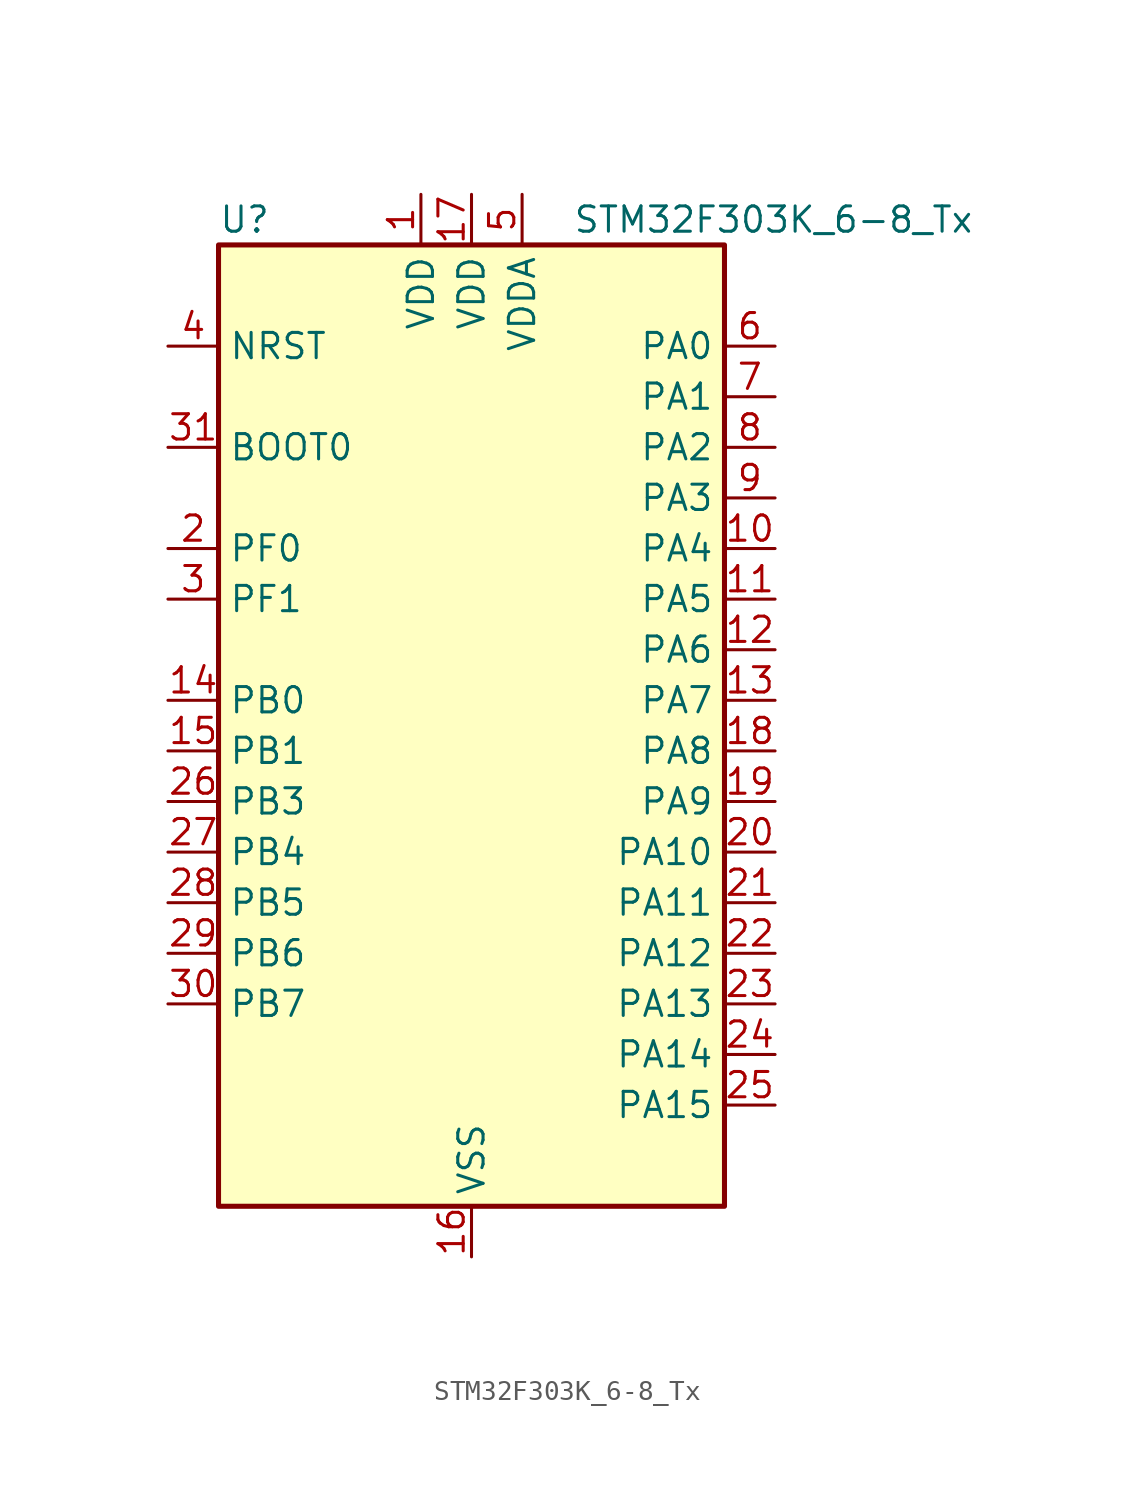
<source format=kicad_sym>
(kicad_symbol_lib
  (version 20241209)
  (generator "kicad_symbol_editor")
  (generator_version "9.0")
  (symbol "STM32F303K_6-8_Tx"
    (property "Reference" "U"
      (at -12.7 26.67 0)
      (effects (font (size 1.27 1.27)) (justify left)))
    (property "Value" "STM32F303K_6-8_Tx"
      (at 5.08 26.67 0)
      (effects (font (size 1.27 1.27)) (justify left)))
    (symbol "STM32F303K_6-8_Tx_0_1"
      (rectangle (start -12.7 -22.86) (end 12.7 25.4) (stroke (width 0.254) (type default)) (fill (type background))))
    (symbol "STM32F303K_6-8_Tx_1_1"
      (pin input line (at -15.24 20.32 0) (length 2.54) (name "NRST" (effects (font (size 1.27 1.27)))) (number "4" (effects (font (size 1.27 1.27)))))
      (pin input line (at -15.24 15.24 0) (length 2.54) (name "BOOT0" (effects (font (size 1.27 1.27)))) (number "31" (effects (font (size 1.27 1.27)))))
      (pin bidirectional line (at -15.24 10.16 0) (length 2.54) (name "PF0" (effects (font (size 1.27 1.27)))) (number "2" (effects (font (size 1.27 1.27)))) (alternate "RCC_OSC_IN" bidirectional line) (alternate "TIM1_CH3N" bidirectional line))
      (pin bidirectional line (at -15.24 7.62 0) (length 2.54) (name "PF1" (effects (font (size 1.27 1.27)))) (number "3" (effects (font (size 1.27 1.27)))) (alternate "RCC_OSC_OUT" bidirectional line))
      (pin bidirectional line (at -15.24 2.54 0) (length 2.54) (name "PB0" (effects (font (size 1.27 1.27)))) (number "14" (effects (font (size 1.27 1.27)))) (alternate "ADC1_IN11" bidirectional line) (alternate "COMP4_INP" bidirectional line) (alternate "OPAMP2_VINP" bidirectional line) (alternate "OPAMP2_VINP_SEC" bidirectional line) (alternate "TIM1_CH2N" bidirectional line) (alternate "TIM3_CH3" bidirectional line) (alternate "TSC_G3_IO2" bidirectional line))
      (pin bidirectional line (at -15.24 0 0) (length 2.54) (name "PB1" (effects (font (size 1.27 1.27)))) (number "15" (effects (font (size 1.27 1.27)))) (alternate "ADC1_IN12" bidirectional line) (alternate "COMP4_OUT" bidirectional line) (alternate "TIM1_CH3N" bidirectional line) (alternate "TIM3_CH4" bidirectional line) (alternate "TSC_G3_IO3" bidirectional line))
      (pin bidirectional line (at -15.24 -2.54 0) (length 2.54) (name "PB3" (effects (font (size 1.27 1.27)))) (number "26" (effects (font (size 1.27 1.27)))) (alternate "SPI1_SCK" bidirectional line) (alternate "SYS_JTDO-TRACESWO" bidirectional line) (alternate "TIM2_CH2" bidirectional line) (alternate "TIM3_ETR" bidirectional line) (alternate "TSC_G5_IO1" bidirectional line) (alternate "USART2_TX" bidirectional line))
      (pin bidirectional line (at -15.24 -5.08 0) (length 2.54) (name "PB4" (effects (font (size 1.27 1.27)))) (number "27" (effects (font (size 1.27 1.27)))) (alternate "SPI1_MISO" bidirectional line) (alternate "SYS_NJTRST" bidirectional line) (alternate "TIM16_CH1" bidirectional line) (alternate "TIM17_BKIN" bidirectional line) (alternate "TIM3_CH1" bidirectional line) (alternate "TSC_G5_IO2" bidirectional line) (alternate "USART2_RX" bidirectional line))
      (pin bidirectional line (at -15.24 -7.62 0) (length 2.54) (name "PB5" (effects (font (size 1.27 1.27)))) (number "28" (effects (font (size 1.27 1.27)))) (alternate "I2C1_SMBA" bidirectional line) (alternate "SPI1_MOSI" bidirectional line) (alternate "TIM16_BKIN" bidirectional line) (alternate "TIM17_CH1" bidirectional line) (alternate "TIM3_CH2" bidirectional line) (alternate "USART2_CK" bidirectional line))
      (pin bidirectional line (at -15.24 -10.16 0) (length 2.54) (name "PB6" (effects (font (size 1.27 1.27)))) (number "29" (effects (font (size 1.27 1.27)))) (alternate "I2C1_SCL" bidirectional line) (alternate "TIM16_CH1N" bidirectional line) (alternate "TSC_G5_IO3" bidirectional line) (alternate "USART1_TX" bidirectional line))
      (pin bidirectional line (at -15.24 -12.7 0) (length 2.54) (name "PB7" (effects (font (size 1.27 1.27)))) (number "30" (effects (font (size 1.27 1.27)))) (alternate "I2C1_SDA" bidirectional line) (alternate "TIM17_CH1N" bidirectional line) (alternate "TIM3_CH4" bidirectional line) (alternate "TSC_G5_IO4" bidirectional line) (alternate "USART1_RX" bidirectional line))
      (pin power_in line (at -2.54 27.94 270) (length 2.54) (name "VDD" (effects (font (size 1.27 1.27)))) (number "1" (effects (font (size 1.27 1.27)))))
      (pin power_in line (at 0 27.94 270) (length 2.54) (name "VDD" (effects (font (size 1.27 1.27)))) (number "17" (effects (font (size 1.27 1.27)))))
      (pin power_in line (at 0 -25.4 90) (length 2.54) (name "VSS" (effects (font (size 1.27 1.27)))) (number "16" (effects (font (size 1.27 1.27)))))
      (pin passive line (at 0 -25.4 90) (length 2.54) (hide yes) (name "VSS" (effects (font (size 1.27 1.27)))) (number "32" (effects (font (size 1.27 1.27)))))
      (pin power_in line (at 2.54 27.94 270) (length 2.54) (name "VDDA" (effects (font (size 1.27 1.27)))) (number "5" (effects (font (size 1.27 1.27)))))
      (pin bidirectional line (at 15.24 20.32 180) (length 2.54) (name "PA0" (effects (font (size 1.27 1.27)))) (number "6" (effects (font (size 1.27 1.27)))) (alternate "ADC1_IN1" bidirectional line) (alternate "RTC_TAMP2" bidirectional line) (alternate "SYS_WKUP1" bidirectional line) (alternate "TIM2_CH1" bidirectional line) (alternate "TIM2_ETR" bidirectional line) (alternate "TSC_G1_IO1" bidirectional line) (alternate "USART2_CTS" bidirectional line))
      (pin bidirectional line (at 15.24 17.78 180) (length 2.54) (name "PA1" (effects (font (size 1.27 1.27)))) (number "7" (effects (font (size 1.27 1.27)))) (alternate "ADC1_IN2" bidirectional line) (alternate "RTC_REFIN" bidirectional line) (alternate "TIM15_CH1N" bidirectional line) (alternate "TIM2_CH2" bidirectional line) (alternate "TSC_G1_IO2" bidirectional line) (alternate "USART2_DE" bidirectional line) (alternate "USART2_RTS" bidirectional line))
      (pin bidirectional line (at 15.24 15.24 180) (length 2.54) (name "PA2" (effects (font (size 1.27 1.27)))) (number "8" (effects (font (size 1.27 1.27)))) (alternate "ADC1_IN3" bidirectional line) (alternate "COMP2_INM" bidirectional line) (alternate "COMP2_OUT" bidirectional line) (alternate "TIM15_CH1" bidirectional line) (alternate "TIM2_CH3" bidirectional line) (alternate "TSC_G1_IO3" bidirectional line) (alternate "USART2_TX" bidirectional line))
      (pin bidirectional line (at 15.24 12.7 180) (length 2.54) (name "PA3" (effects (font (size 1.27 1.27)))) (number "9" (effects (font (size 1.27 1.27)))) (alternate "ADC1_IN4" bidirectional line) (alternate "TIM15_CH2" bidirectional line) (alternate "TIM2_CH4" bidirectional line) (alternate "TSC_G1_IO4" bidirectional line) (alternate "USART2_RX" bidirectional line))
      (pin bidirectional line (at 15.24 10.16 180) (length 2.54) (name "PA4" (effects (font (size 1.27 1.27)))) (number "10" (effects (font (size 1.27 1.27)))) (alternate "ADC2_IN1" bidirectional line) (alternate "COMP2_INM" bidirectional line) (alternate "COMP4_INM" bidirectional line) (alternate "DAC1_OUT1" bidirectional line) (alternate "SPI1_NSS" bidirectional line) (alternate "TIM3_CH2" bidirectional line) (alternate "TSC_G2_IO1" bidirectional line) (alternate "USART2_CK" bidirectional line))
      (pin bidirectional line (at 15.24 7.62 180) (length 2.54) (name "PA5" (effects (font (size 1.27 1.27)))) (number "11" (effects (font (size 1.27 1.27)))) (alternate "ADC2_IN2" bidirectional line) (alternate "DAC1_OUT2" bidirectional line) (alternate "OPAMP2_VINM" bidirectional line) (alternate "OPAMP2_VINM_SEC" bidirectional line) (alternate "SPI1_SCK" bidirectional line) (alternate "TIM2_CH1" bidirectional line) (alternate "TIM2_ETR" bidirectional line) (alternate "TSC_G2_IO2" bidirectional line))
      (pin bidirectional line (at 15.24 5.08 180) (length 2.54) (name "PA6" (effects (font (size 1.27 1.27)))) (number "12" (effects (font (size 1.27 1.27)))) (alternate "ADC2_IN3" bidirectional line) (alternate "DAC2_OUT1" bidirectional line) (alternate "OPAMP2_VOUT" bidirectional line) (alternate "SPI1_MISO" bidirectional line) (alternate "TIM16_CH1" bidirectional line) (alternate "TIM1_BKIN" bidirectional line) (alternate "TIM3_CH1" bidirectional line) (alternate "TSC_G2_IO3" bidirectional line))
      (pin bidirectional line (at 15.24 2.54 180) (length 2.54) (name "PA7" (effects (font (size 1.27 1.27)))) (number "13" (effects (font (size 1.27 1.27)))) (alternate "ADC2_IN4" bidirectional line) (alternate "COMP2_INP" bidirectional line) (alternate "OPAMP2_VINP" bidirectional line) (alternate "OPAMP2_VINP_SEC" bidirectional line) (alternate "SPI1_MOSI" bidirectional line) (alternate "TIM17_CH1" bidirectional line) (alternate "TIM1_CH1N" bidirectional line) (alternate "TIM3_CH2" bidirectional line) (alternate "TSC_G2_IO4" bidirectional line))
      (pin bidirectional line (at 15.24 0 180) (length 2.54) (name "PA8" (effects (font (size 1.27 1.27)))) (number "18" (effects (font (size 1.27 1.27)))) (alternate "RCC_MCO" bidirectional line) (alternate "TIM1_CH1" bidirectional line) (alternate "USART1_CK" bidirectional line))
      (pin bidirectional line (at 15.24 -2.54 180) (length 2.54) (name "PA9" (effects (font (size 1.27 1.27)))) (number "19" (effects (font (size 1.27 1.27)))) (alternate "DAC1_EXTI9" bidirectional line) (alternate "DAC2_EXTI9" bidirectional line) (alternate "TIM15_BKIN" bidirectional line) (alternate "TIM1_CH2" bidirectional line) (alternate "TIM2_CH3" bidirectional line) (alternate "TSC_G4_IO1" bidirectional line) (alternate "USART1_TX" bidirectional line))
      (pin bidirectional line (at 15.24 -5.08 180) (length 2.54) (name "PA10" (effects (font (size 1.27 1.27)))) (number "20" (effects (font (size 1.27 1.27)))) (alternate "TIM17_BKIN" bidirectional line) (alternate "TIM1_CH3" bidirectional line) (alternate "TIM2_CH4" bidirectional line) (alternate "TSC_G4_IO2" bidirectional line) (alternate "USART1_RX" bidirectional line))
      (pin bidirectional line (at 15.24 -7.62 180) (length 2.54) (name "PA11" (effects (font (size 1.27 1.27)))) (number "21" (effects (font (size 1.27 1.27)))) (alternate "CAN_RX" bidirectional line) (alternate "TIM1_BKIN2" bidirectional line) (alternate "TIM1_CH1N" bidirectional line) (alternate "TIM1_CH4" bidirectional line) (alternate "USART1_CTS" bidirectional line))
      (pin bidirectional line (at 15.24 -10.16 180) (length 2.54) (name "PA12" (effects (font (size 1.27 1.27)))) (number "22" (effects (font (size 1.27 1.27)))) (alternate "CAN_TX" bidirectional line) (alternate "COMP2_OUT" bidirectional line) (alternate "TIM16_CH1" bidirectional line) (alternate "TIM1_CH2N" bidirectional line) (alternate "TIM1_ETR" bidirectional line) (alternate "USART1_DE" bidirectional line) (alternate "USART1_RTS" bidirectional line))
      (pin bidirectional line (at 15.24 -12.7 180) (length 2.54) (name "PA13" (effects (font (size 1.27 1.27)))) (number "23" (effects (font (size 1.27 1.27)))) (alternate "IR_OUT" bidirectional line) (alternate "SYS_JTMS-SWDIO" bidirectional line) (alternate "TIM16_CH1N" bidirectional line) (alternate "TSC_G4_IO3" bidirectional line))
      (pin bidirectional line (at 15.24 -15.24 180) (length 2.54) (name "PA14" (effects (font (size 1.27 1.27)))) (number "24" (effects (font (size 1.27 1.27)))) (alternate "I2C1_SDA" bidirectional line) (alternate "SYS_JTCK-SWCLK" bidirectional line) (alternate "TIM1_BKIN" bidirectional line) (alternate "TSC_G4_IO4" bidirectional line) (alternate "USART2_TX" bidirectional line))
      (pin bidirectional line (at 15.24 -17.78 180) (length 2.54) (name "PA15" (effects (font (size 1.27 1.27)))) (number "25" (effects (font (size 1.27 1.27)))) (alternate "I2C1_SCL" bidirectional line) (alternate "SPI1_NSS" bidirectional line) (alternate "SYS_JTDI" bidirectional line) (alternate "TIM1_BKIN" bidirectional line) (alternate "TIM2_CH1" bidirectional line) (alternate "TIM2_ETR" bidirectional line) (alternate "TSC_SYNC" bidirectional line) (alternate "USART2_RX" bidirectional line)))))
</source>
